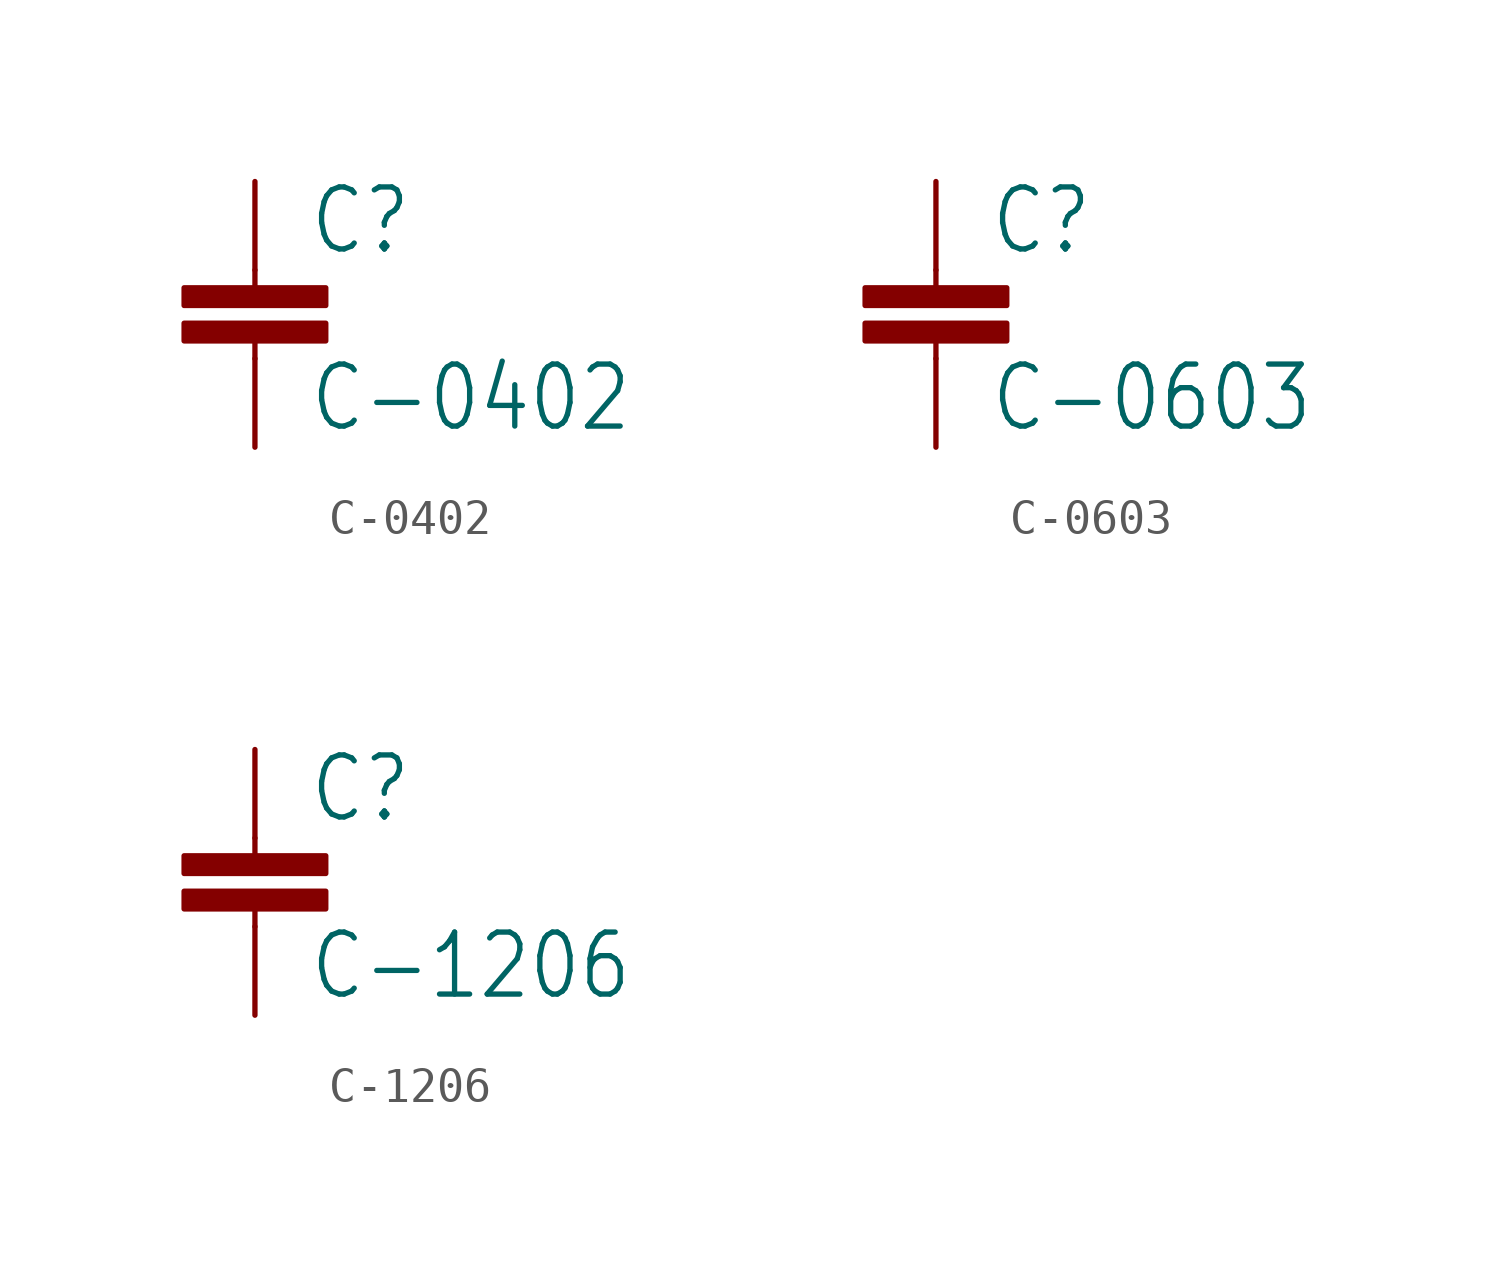
<source format=kicad_sym>
(kicad_symbol_lib
  (version 20211014)
  (generator kicad_symbol_editor)
  (symbol "C-0402"
    (property "Reference" "C"
      (at 1.524 0.381 0)
      (effects (font (size 1.778 1.511)) (justify left bottom)))
    (property "Value" "C-0402"
      (at 1.524 -4.699 0)
      (effects (font (size 1.778 1.511)) (justify left bottom)))
    (property "ki_locked" ""
      (at 0 0 0)
      (effects (font (size 1.27 1.27))))
    (symbol "C-0402_1_0"
      (rectangle (start -2.032 -2.032) (end 2.032 -1.524) (stroke (width 0) (type default) (color 0 0 0 0)) (fill (type outline)))
      (rectangle (start -2.032 -1.016) (end 2.032 -0.508) (stroke (width 0) (type default) (color 0 0 0 0)) (fill (type outline)))
      (polyline (pts (xy 0 -2.54) (xy 0 -2.032)) (stroke (width 0.152) (type default) (color 0 0 0 0)) (fill (type none)))
      (polyline (pts (xy 0 0) (xy 0 -0.508)) (stroke (width 0.152) (type default) (color 0 0 0 0)) (fill (type none)))
      (pin passive line (at 0 2.54 270) (length 2.54) (name "1" (effects (font (size 0 0)))) (number "1" (effects (font (size 0 0)))))
      (pin passive line (at 0 -5.08 90) (length 2.54) (name "2" (effects (font (size 0 0)))) (number "2" (effects (font (size 0 0)))))))
  (symbol "C-0603"
    (property "Reference" "C"
      (at 1.524 0.381 0)
      (effects (font (size 1.778 1.511)) (justify left bottom)))
    (property "Value" "C-0603"
      (at 1.524 -4.699 0)
      (effects (font (size 1.778 1.511)) (justify left bottom)))
    (property "ki_locked" ""
      (at 0 0 0)
      (effects (font (size 1.27 1.27))))
    (symbol "C-0603_1_0"
      (rectangle (start -2.032 -2.032) (end 2.032 -1.524) (stroke (width 0) (type default) (color 0 0 0 0)) (fill (type outline)))
      (rectangle (start -2.032 -1.016) (end 2.032 -0.508) (stroke (width 0) (type default) (color 0 0 0 0)) (fill (type outline)))
      (polyline (pts (xy 0 -2.54) (xy 0 -2.032)) (stroke (width 0.152) (type default) (color 0 0 0 0)) (fill (type none)))
      (polyline (pts (xy 0 0) (xy 0 -0.508)) (stroke (width 0.152) (type default) (color 0 0 0 0)) (fill (type none)))
      (pin passive line (at 0 2.54 270) (length 2.54) (name "1" (effects (font (size 0 0)))) (number "1" (effects (font (size 0 0)))))
      (pin passive line (at 0 -5.08 90) (length 2.54) (name "2" (effects (font (size 0 0)))) (number "2" (effects (font (size 0 0)))))))
  (symbol "C-1206"
    (property "Reference" "C"
      (at 1.524 0.381 0)
      (effects (font (size 1.778 1.511)) (justify left bottom)))
    (property "Value" "C-1206"
      (at 1.524 -4.699 0)
      (effects (font (size 1.778 1.511)) (justify left bottom)))
    (property "ki_locked" ""
      (at 0 0 0)
      (effects (font (size 1.27 1.27))))
    (symbol "C-1206_1_0"
      (rectangle (start -2.032 -2.032) (end 2.032 -1.524) (stroke (width 0) (type default) (color 0 0 0 0)) (fill (type outline)))
      (rectangle (start -2.032 -1.016) (end 2.032 -0.508) (stroke (width 0) (type default) (color 0 0 0 0)) (fill (type outline)))
      (polyline (pts (xy 0 -2.54) (xy 0 -2.032)) (stroke (width 0.152) (type default) (color 0 0 0 0)) (fill (type none)))
      (polyline (pts (xy 0 0) (xy 0 -0.508)) (stroke (width 0.152) (type default) (color 0 0 0 0)) (fill (type none)))
      (pin passive line (at 0 2.54 270) (length 2.54) (name "1" (effects (font (size 0 0)))) (number "1" (effects (font (size 0 0)))))
      (pin passive line (at 0 -5.08 90) (length 2.54) (name "2" (effects (font (size 0 0)))) (number "2" (effects (font (size 0 0))))))))
</source>
